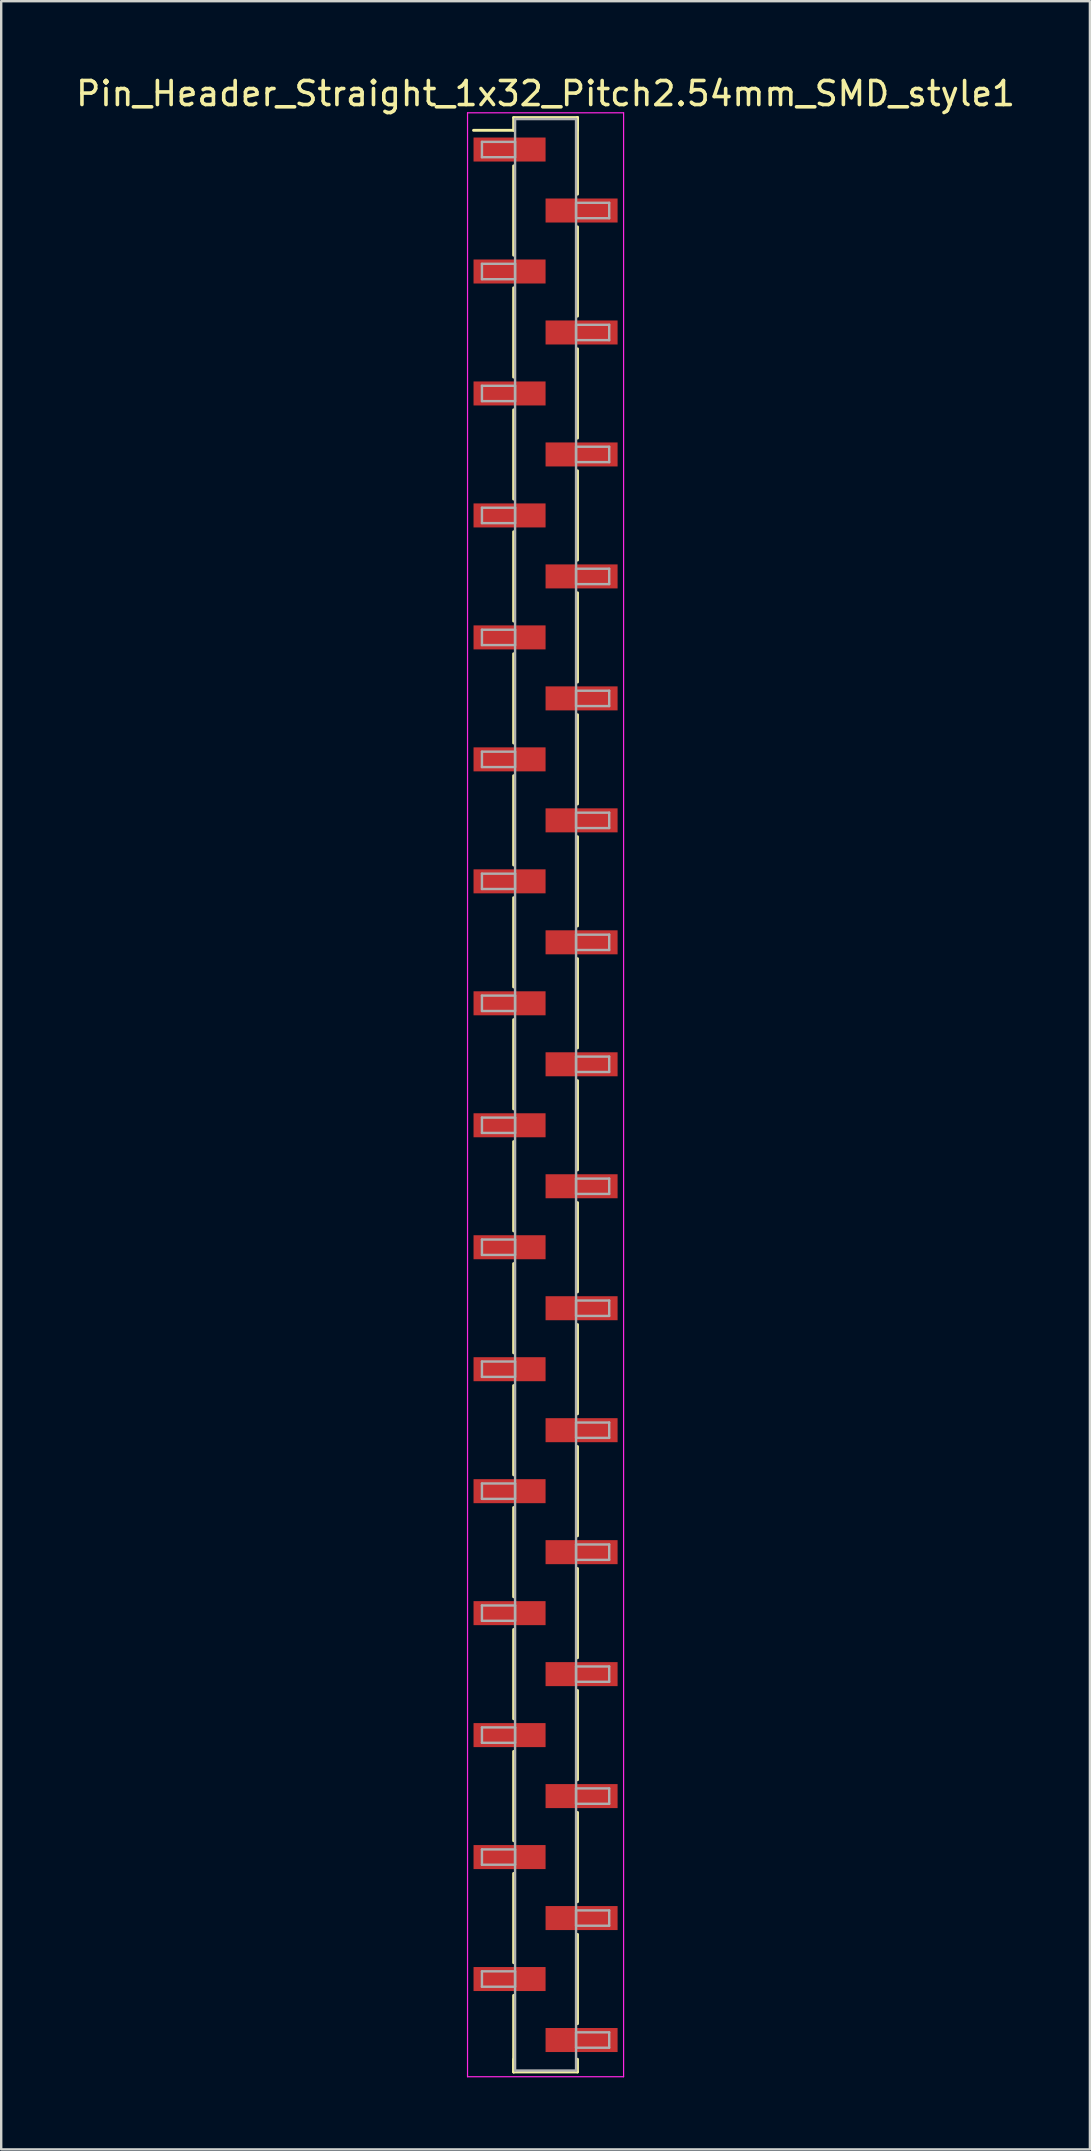
<source format=kicad_pcb>
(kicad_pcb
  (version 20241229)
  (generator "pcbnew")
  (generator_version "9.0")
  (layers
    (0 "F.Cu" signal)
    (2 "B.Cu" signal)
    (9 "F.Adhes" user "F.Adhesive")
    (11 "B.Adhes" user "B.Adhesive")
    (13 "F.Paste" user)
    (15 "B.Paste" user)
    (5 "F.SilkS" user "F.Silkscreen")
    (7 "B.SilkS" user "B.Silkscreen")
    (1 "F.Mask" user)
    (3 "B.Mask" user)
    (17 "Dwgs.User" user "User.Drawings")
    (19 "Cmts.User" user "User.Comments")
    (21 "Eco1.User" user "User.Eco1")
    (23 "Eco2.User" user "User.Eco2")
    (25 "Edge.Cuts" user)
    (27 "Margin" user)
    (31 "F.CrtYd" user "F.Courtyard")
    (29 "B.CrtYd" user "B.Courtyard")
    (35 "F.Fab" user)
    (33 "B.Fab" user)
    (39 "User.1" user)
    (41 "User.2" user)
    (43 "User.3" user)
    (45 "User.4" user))
  (footprint "Pin_Header_Straight_1x32_Pitch2.54mm_SMD_style1"
    (layer "F.Cu")
    (at 19.673 42.548)
    (property "Reference" "Pin_Header_Straight_1x32_Pitch2.54mm_SMD_style1" (at 0 -41.7 0) (layer "F.SilkS") (effects (font (size 1 1) (thickness 0.15))))
    (attr smd)
    (fp_line (start -1.33 -40.7) (end 1.33 -40.7) (stroke (width 0.12) (type solid)) (layer "F.SilkS"))
    (fp_line (start -1.33 -40.17) (end -3 -40.17) (stroke (width 0.12) (type solid)) (layer "F.SilkS"))
    (fp_line (start -1.33 -40.17) (end -1.33 -40.7) (stroke (width 0.12) (type solid)) (layer "F.SilkS"))
    (fp_line (start -1.33 -38.69) (end -1.33 -34.97) (stroke (width 0.12) (type solid)) (layer "F.SilkS"))
    (fp_line (start -1.33 -33.61) (end -1.33 -29.89) (stroke (width 0.12) (type solid)) (layer "F.SilkS"))
    (fp_line (start -1.33 -28.53) (end -1.33 -24.81) (stroke (width 0.12) (type solid)) (layer "F.SilkS"))
    (fp_line (start -1.33 -23.45) (end -1.33 -19.73) (stroke (width 0.12) (type solid)) (layer "F.SilkS"))
    (fp_line (start -1.33 -18.37) (end -1.33 -14.65) (stroke (width 0.12) (type solid)) (layer "F.SilkS"))
    (fp_line (start -1.33 -13.29) (end -1.33 -9.57) (stroke (width 0.12) (type solid)) (layer "F.SilkS"))
    (fp_line (start -1.33 -8.21) (end -1.33 -4.49) (stroke (width 0.12) (type solid)) (layer "F.SilkS"))
    (fp_line (start -1.33 -3.13) (end -1.33 0.59) (stroke (width 0.12) (type solid)) (layer "F.SilkS"))
    (fp_line (start -1.33 1.95) (end -1.33 5.67) (stroke (width 0.12) (type solid)) (layer "F.SilkS"))
    (fp_line (start -1.33 7.03) (end -1.33 10.75) (stroke (width 0.12) (type solid)) (layer "F.SilkS"))
    (fp_line (start -1.33 12.11) (end -1.33 15.83) (stroke (width 0.12) (type solid)) (layer "F.SilkS"))
    (fp_line (start -1.33 17.19) (end -1.33 20.91) (stroke (width 0.12) (type solid)) (layer "F.SilkS"))
    (fp_line (start -1.33 22.27) (end -1.33 25.99) (stroke (width 0.12) (type solid)) (layer "F.SilkS"))
    (fp_line (start -1.33 27.35) (end -1.33 31.07) (stroke (width 0.12) (type solid)) (layer "F.SilkS"))
    (fp_line (start -1.33 32.43) (end -1.33 36.15) (stroke (width 0.12) (type solid)) (layer "F.SilkS"))
    (fp_line (start -1.33 37.51) (end -1.33 40.7) (stroke (width 0.12) (type solid)) (layer "F.SilkS"))
    (fp_line (start -1.33 40.17) (end -1.33 40.7) (stroke (width 0.12) (type solid)) (layer "F.SilkS"))
    (fp_line (start -1.33 40.7) (end 1.33 40.7) (stroke (width 0.12) (type solid)) (layer "F.SilkS"))
    (fp_line (start 1.33 -40.7) (end 1.33 -40.17) (stroke (width 0.12) (type solid)) (layer "F.SilkS"))
    (fp_line (start 1.33 -40.7) (end 1.33 -37.51) (stroke (width 0.12) (type solid)) (layer "F.SilkS"))
    (fp_line (start 1.33 -36.15) (end 1.33 -32.43) (stroke (width 0.12) (type solid)) (layer "F.SilkS"))
    (fp_line (start 1.33 -31.07) (end 1.33 -27.35) (stroke (width 0.12) (type solid)) (layer "F.SilkS"))
    (fp_line (start 1.33 -25.99) (end 1.33 -22.27) (stroke (width 0.12) (type solid)) (layer "F.SilkS"))
    (fp_line (start 1.33 -20.91) (end 1.33 -17.19) (stroke (width 0.12) (type solid)) (layer "F.SilkS"))
    (fp_line (start 1.33 -15.83) (end 1.33 -12.11) (stroke (width 0.12) (type solid)) (layer "F.SilkS"))
    (fp_line (start 1.33 -10.75) (end 1.33 -7.03) (stroke (width 0.12) (type solid)) (layer "F.SilkS"))
    (fp_line (start 1.33 -5.67) (end 1.33 -1.95) (stroke (width 0.12) (type solid)) (layer "F.SilkS"))
    (fp_line (start 1.33 -0.59) (end 1.33 3.13) (stroke (width 0.12) (type solid)) (layer "F.SilkS"))
    (fp_line (start 1.33 4.49) (end 1.33 8.21) (stroke (width 0.12) (type solid)) (layer "F.SilkS"))
    (fp_line (start 1.33 9.57) (end 1.33 13.29) (stroke (width 0.12) (type solid)) (layer "F.SilkS"))
    (fp_line (start 1.33 14.65) (end 1.33 18.37) (stroke (width 0.12) (type solid)) (layer "F.SilkS"))
    (fp_line (start 1.33 19.73) (end 1.33 23.45) (stroke (width 0.12) (type solid)) (layer "F.SilkS"))
    (fp_line (start 1.33 24.81) (end 1.33 28.53) (stroke (width 0.12) (type solid)) (layer "F.SilkS"))
    (fp_line (start 1.33 29.89) (end 1.33 33.61) (stroke (width 0.12) (type solid)) (layer "F.SilkS"))
    (fp_line (start 1.33 34.97) (end 1.33 38.69) (stroke (width 0.12) (type solid)) (layer "F.SilkS"))
    (fp_line (start 1.33 40.7) (end 1.33 40.17) (stroke (width 0.12) (type solid)) (layer "F.SilkS"))
    (fp_line (start -3.25 -40.9) (end -3.25 40.9) (stroke (width 0.05) (type solid)) (layer "F.CrtYd"))
    (fp_line (start -3.25 40.9) (end 3.25 40.9) (stroke (width 0.05) (type solid)) (layer "F.CrtYd"))
    (fp_line (start 3.25 -40.9) (end -3.25 -40.9) (stroke (width 0.05) (type solid)) (layer "F.CrtYd"))
    (fp_line (start 3.25 40.9) (end 3.25 -40.9) (stroke (width 0.05) (type solid)) (layer "F.CrtYd"))
    (fp_line (start -2.65 -39.69) (end -1.27 -39.69) (stroke (width 0.1) (type solid)) (layer "F.Fab"))
    (fp_line (start -2.65 -39.05) (end -2.65 -39.69) (stroke (width 0.1) (type solid)) (layer "F.Fab"))
    (fp_line (start -2.65 -34.61) (end -1.27 -34.61) (stroke (width 0.1) (type solid)) (layer "F.Fab"))
    (fp_line (start -2.65 -33.97) (end -2.65 -34.61) (stroke (width 0.1) (type solid)) (layer "F.Fab"))
    (fp_line (start -2.65 -29.53) (end -1.27 -29.53) (stroke (width 0.1) (type solid)) (layer "F.Fab"))
    (fp_line (start -2.65 -28.89) (end -2.65 -29.53) (stroke (width 0.1) (type solid)) (layer "F.Fab"))
    (fp_line (start -2.65 -24.45) (end -1.27 -24.45) (stroke (width 0.1) (type solid)) (layer "F.Fab"))
    (fp_line (start -2.65 -23.81) (end -2.65 -24.45) (stroke (width 0.1) (type solid)) (layer "F.Fab"))
    (fp_line (start -2.65 -19.37) (end -1.27 -19.37) (stroke (width 0.1) (type solid)) (layer "F.Fab"))
    (fp_line (start -2.65 -18.73) (end -2.65 -19.37) (stroke (width 0.1) (type solid)) (layer "F.Fab"))
    (fp_line (start -2.65 -14.29) (end -1.27 -14.29) (stroke (width 0.1) (type solid)) (layer "F.Fab"))
    (fp_line (start -2.65 -13.65) (end -2.65 -14.29) (stroke (width 0.1) (type solid)) (layer "F.Fab"))
    (fp_line (start -2.65 -9.21) (end -1.27 -9.21) (stroke (width 0.1) (type solid)) (layer "F.Fab"))
    (fp_line (start -2.65 -8.57) (end -2.65 -9.21) (stroke (width 0.1) (type solid)) (layer "F.Fab"))
    (fp_line (start -2.65 -4.13) (end -1.27 -4.13) (stroke (width 0.1) (type solid)) (layer "F.Fab"))
    (fp_line (start -2.65 -3.49) (end -2.65 -4.13) (stroke (width 0.1) (type solid)) (layer "F.Fab"))
    (fp_line (start -2.65 0.95) (end -1.27 0.95) (stroke (width 0.1) (type solid)) (layer "F.Fab"))
    (fp_line (start -2.65 1.59) (end -2.65 0.95) (stroke (width 0.1) (type solid)) (layer "F.Fab"))
    (fp_line (start -2.65 6.03) (end -1.27 6.03) (stroke (width 0.1) (type solid)) (layer "F.Fab"))
    (fp_line (start -2.65 6.67) (end -2.65 6.03) (stroke (width 0.1) (type solid)) (layer "F.Fab"))
    (fp_line (start -2.65 11.11) (end -1.27 11.11) (stroke (width 0.1) (type solid)) (layer "F.Fab"))
    (fp_line (start -2.65 11.75) (end -2.65 11.11) (stroke (width 0.1) (type solid)) (layer "F.Fab"))
    (fp_line (start -2.65 16.19) (end -1.27 16.19) (stroke (width 0.1) (type solid)) (layer "F.Fab"))
    (fp_line (start -2.65 16.83) (end -2.65 16.19) (stroke (width 0.1) (type solid)) (layer "F.Fab"))
    (fp_line (start -2.65 21.27) (end -1.27 21.27) (stroke (width 0.1) (type solid)) (layer "F.Fab"))
    (fp_line (start -2.65 21.91) (end -2.65 21.27) (stroke (width 0.1) (type solid)) (layer "F.Fab"))
    (fp_line (start -2.65 26.35) (end -1.27 26.35) (stroke (width 0.1) (type solid)) (layer "F.Fab"))
    (fp_line (start -2.65 26.99) (end -2.65 26.35) (stroke (width 0.1) (type solid)) (layer "F.Fab"))
    (fp_line (start -2.65 31.43) (end -1.27 31.43) (stroke (width 0.1) (type solid)) (layer "F.Fab"))
    (fp_line (start -2.65 32.07) (end -2.65 31.43) (stroke (width 0.1) (type solid)) (layer "F.Fab"))
    (fp_line (start -2.65 36.51) (end -1.27 36.51) (stroke (width 0.1) (type solid)) (layer "F.Fab"))
    (fp_line (start -2.65 37.15) (end -2.65 36.51) (stroke (width 0.1) (type solid)) (layer "F.Fab"))
    (fp_line (start -1.27 -40.64) (end -1.27 40.64) (stroke (width 0.1) (type solid)) (layer "F.Fab"))
    (fp_line (start -1.27 -39.69) (end -1.27 -39.05) (stroke (width 0.1) (type solid)) (layer "F.Fab"))
    (fp_line (start -1.27 -39.05) (end -2.65 -39.05) (stroke (width 0.1) (type solid)) (layer "F.Fab"))
    (fp_line (start -1.27 -34.61) (end -1.27 -33.97) (stroke (width 0.1) (type solid)) (layer "F.Fab"))
    (fp_line (start -1.27 -33.97) (end -2.65 -33.97) (stroke (width 0.1) (type solid)) (layer "F.Fab"))
    (fp_line (start -1.27 -29.53) (end -1.27 -28.89) (stroke (width 0.1) (type solid)) (layer "F.Fab"))
    (fp_line (start -1.27 -28.89) (end -2.65 -28.89) (stroke (width 0.1) (type solid)) (layer "F.Fab"))
    (fp_line (start -1.27 -24.45) (end -1.27 -23.81) (stroke (width 0.1) (type solid)) (layer "F.Fab"))
    (fp_line (start -1.27 -23.81) (end -2.65 -23.81) (stroke (width 0.1) (type solid)) (layer "F.Fab"))
    (fp_line (start -1.27 -19.37) (end -1.27 -18.73) (stroke (width 0.1) (type solid)) (layer "F.Fab"))
    (fp_line (start -1.27 -18.73) (end -2.65 -18.73) (stroke (width 0.1) (type solid)) (layer "F.Fab"))
    (fp_line (start -1.27 -14.29) (end -1.27 -13.65) (stroke (width 0.1) (type solid)) (layer "F.Fab"))
    (fp_line (start -1.27 -13.65) (end -2.65 -13.65) (stroke (width 0.1) (type solid)) (layer "F.Fab"))
    (fp_line (start -1.27 -9.21) (end -1.27 -8.57) (stroke (width 0.1) (type solid)) (layer "F.Fab"))
    (fp_line (start -1.27 -8.57) (end -2.65 -8.57) (stroke (width 0.1) (type solid)) (layer "F.Fab"))
    (fp_line (start -1.27 -4.13) (end -1.27 -3.49) (stroke (width 0.1) (type solid)) (layer "F.Fab"))
    (fp_line (start -1.27 -3.49) (end -2.65 -3.49) (stroke (width 0.1) (type solid)) (layer "F.Fab"))
    (fp_line (start -1.27 0.95) (end -1.27 1.59) (stroke (width 0.1) (type solid)) (layer "F.Fab"))
    (fp_line (start -1.27 1.59) (end -2.65 1.59) (stroke (width 0.1) (type solid)) (layer "F.Fab"))
    (fp_line (start -1.27 6.03) (end -1.27 6.67) (stroke (width 0.1) (type solid)) (layer "F.Fab"))
    (fp_line (start -1.27 6.67) (end -2.65 6.67) (stroke (width 0.1) (type solid)) (layer "F.Fab"))
    (fp_line (start -1.27 11.11) (end -1.27 11.75) (stroke (width 0.1) (type solid)) (layer "F.Fab"))
    (fp_line (start -1.27 11.75) (end -2.65 11.75) (stroke (width 0.1) (type solid)) (layer "F.Fab"))
    (fp_line (start -1.27 16.19) (end -1.27 16.83) (stroke (width 0.1) (type solid)) (layer "F.Fab"))
    (fp_line (start -1.27 16.83) (end -2.65 16.83) (stroke (width 0.1) (type solid)) (layer "F.Fab"))
    (fp_line (start -1.27 21.27) (end -1.27 21.91) (stroke (width 0.1) (type solid)) (layer "F.Fab"))
    (fp_line (start -1.27 21.91) (end -2.65 21.91) (stroke (width 0.1) (type solid)) (layer "F.Fab"))
    (fp_line (start -1.27 26.35) (end -1.27 26.99) (stroke (width 0.1) (type solid)) (layer "F.Fab"))
    (fp_line (start -1.27 26.99) (end -2.65 26.99) (stroke (width 0.1) (type solid)) (layer "F.Fab"))
    (fp_line (start -1.27 31.43) (end -1.27 32.07) (stroke (width 0.1) (type solid)) (layer "F.Fab"))
    (fp_line (start -1.27 32.07) (end -2.65 32.07) (stroke (width 0.1) (type solid)) (layer "F.Fab"))
    (fp_line (start -1.27 36.51) (end -1.27 37.15) (stroke (width 0.1) (type solid)) (layer "F.Fab"))
    (fp_line (start -1.27 37.15) (end -2.65 37.15) (stroke (width 0.1) (type solid)) (layer "F.Fab"))
    (fp_line (start -1.27 40.64) (end 1.27 40.64) (stroke (width 0.1) (type solid)) (layer "F.Fab"))
    (fp_line (start 1.27 -40.64) (end -1.27 -40.64) (stroke (width 0.1) (type solid)) (layer "F.Fab"))
    (fp_line (start 1.27 -37.15) (end 1.27 -36.51) (stroke (width 0.1) (type solid)) (layer "F.Fab"))
    (fp_line (start 1.27 -36.51) (end 2.65 -36.51) (stroke (width 0.1) (type solid)) (layer "F.Fab"))
    (fp_line (start 1.27 -32.07) (end 1.27 -31.43) (stroke (width 0.1) (type solid)) (layer "F.Fab"))
    (fp_line (start 1.27 -31.43) (end 2.65 -31.43) (stroke (width 0.1) (type solid)) (layer "F.Fab"))
    (fp_line (start 1.27 -26.99) (end 1.27 -26.35) (stroke (width 0.1) (type solid)) (layer "F.Fab"))
    (fp_line (start 1.27 -26.35) (end 2.65 -26.35) (stroke (width 0.1) (type solid)) (layer "F.Fab"))
    (fp_line (start 1.27 -21.91) (end 1.27 -21.27) (stroke (width 0.1) (type solid)) (layer "F.Fab"))
    (fp_line (start 1.27 -21.27) (end 2.65 -21.27) (stroke (width 0.1) (type solid)) (layer "F.Fab"))
    (fp_line (start 1.27 -16.83) (end 1.27 -16.19) (stroke (width 0.1) (type solid)) (layer "F.Fab"))
    (fp_line (start 1.27 -16.19) (end 2.65 -16.19) (stroke (width 0.1) (type solid)) (layer "F.Fab"))
    (fp_line (start 1.27 -11.75) (end 1.27 -11.11) (stroke (width 0.1) (type solid)) (layer "F.Fab"))
    (fp_line (start 1.27 -11.11) (end 2.65 -11.11) (stroke (width 0.1) (type solid)) (layer "F.Fab"))
    (fp_line (start 1.27 -6.67) (end 1.27 -6.03) (stroke (width 0.1) (type solid)) (layer "F.Fab"))
    (fp_line (start 1.27 -6.03) (end 2.65 -6.03) (stroke (width 0.1) (type solid)) (layer "F.Fab"))
    (fp_line (start 1.27 -1.59) (end 1.27 -0.95) (stroke (width 0.1) (type solid)) (layer "F.Fab"))
    (fp_line (start 1.27 -0.95) (end 2.65 -0.95) (stroke (width 0.1) (type solid)) (layer "F.Fab"))
    (fp_line (start 1.27 3.49) (end 1.27 4.13) (stroke (width 0.1) (type solid)) (layer "F.Fab"))
    (fp_line (start 1.27 4.13) (end 2.65 4.13) (stroke (width 0.1) (type solid)) (layer "F.Fab"))
    (fp_line (start 1.27 8.57) (end 1.27 9.21) (stroke (width 0.1) (type solid)) (layer "F.Fab"))
    (fp_line (start 1.27 9.21) (end 2.65 9.21) (stroke (width 0.1) (type solid)) (layer "F.Fab"))
    (fp_line (start 1.27 13.65) (end 1.27 14.29) (stroke (width 0.1) (type solid)) (layer "F.Fab"))
    (fp_line (start 1.27 14.29) (end 2.65 14.29) (stroke (width 0.1) (type solid)) (layer "F.Fab"))
    (fp_line (start 1.27 18.73) (end 1.27 19.37) (stroke (width 0.1) (type solid)) (layer "F.Fab"))
    (fp_line (start 1.27 19.37) (end 2.65 19.37) (stroke (width 0.1) (type solid)) (layer "F.Fab"))
    (fp_line (start 1.27 23.81) (end 1.27 24.45) (stroke (width 0.1) (type solid)) (layer "F.Fab"))
    (fp_line (start 1.27 24.45) (end 2.65 24.45) (stroke (width 0.1) (type solid)) (layer "F.Fab"))
    (fp_line (start 1.27 28.89) (end 1.27 29.53) (stroke (width 0.1) (type solid)) (layer "F.Fab"))
    (fp_line (start 1.27 29.53) (end 2.65 29.53) (stroke (width 0.1) (type solid)) (layer "F.Fab"))
    (fp_line (start 1.27 33.97) (end 1.27 34.61) (stroke (width 0.1) (type solid)) (layer "F.Fab"))
    (fp_line (start 1.27 34.61) (end 2.65 34.61) (stroke (width 0.1) (type solid)) (layer "F.Fab"))
    (fp_line (start 1.27 39.05) (end 1.27 39.69) (stroke (width 0.1) (type solid)) (layer "F.Fab"))
    (fp_line (start 1.27 39.69) (end 2.65 39.69) (stroke (width 0.1) (type solid)) (layer "F.Fab"))
    (fp_line (start 1.27 40.64) (end 1.27 -40.64) (stroke (width 0.1) (type solid)) (layer "F.Fab"))
    (fp_line (start 2.65 -37.15) (end 1.27 -37.15) (stroke (width 0.1) (type solid)) (layer "F.Fab"))
    (fp_line (start 2.65 -36.51) (end 2.65 -37.15) (stroke (width 0.1) (type solid)) (layer "F.Fab"))
    (fp_line (start 2.65 -32.07) (end 1.27 -32.07) (stroke (width 0.1) (type solid)) (layer "F.Fab"))
    (fp_line (start 2.65 -31.43) (end 2.65 -32.07) (stroke (width 0.1) (type solid)) (layer "F.Fab"))
    (fp_line (start 2.65 -26.99) (end 1.27 -26.99) (stroke (width 0.1) (type solid)) (layer "F.Fab"))
    (fp_line (start 2.65 -26.35) (end 2.65 -26.99) (stroke (width 0.1) (type solid)) (layer "F.Fab"))
    (fp_line (start 2.65 -21.91) (end 1.27 -21.91) (stroke (width 0.1) (type solid)) (layer "F.Fab"))
    (fp_line (start 2.65 -21.27) (end 2.65 -21.91) (stroke (width 0.1) (type solid)) (layer "F.Fab"))
    (fp_line (start 2.65 -16.83) (end 1.27 -16.83) (stroke (width 0.1) (type solid)) (layer "F.Fab"))
    (fp_line (start 2.65 -16.19) (end 2.65 -16.83) (stroke (width 0.1) (type solid)) (layer "F.Fab"))
    (fp_line (start 2.65 -11.75) (end 1.27 -11.75) (stroke (width 0.1) (type solid)) (layer "F.Fab"))
    (fp_line (start 2.65 -11.11) (end 2.65 -11.75) (stroke (width 0.1) (type solid)) (layer "F.Fab"))
    (fp_line (start 2.65 -6.67) (end 1.27 -6.67) (stroke (width 0.1) (type solid)) (layer "F.Fab"))
    (fp_line (start 2.65 -6.03) (end 2.65 -6.67) (stroke (width 0.1) (type solid)) (layer "F.Fab"))
    (fp_line (start 2.65 -1.59) (end 1.27 -1.59) (stroke (width 0.1) (type solid)) (layer "F.Fab"))
    (fp_line (start 2.65 -0.95) (end 2.65 -1.59) (stroke (width 0.1) (type solid)) (layer "F.Fab"))
    (fp_line (start 2.65 3.49) (end 1.27 3.49) (stroke (width 0.1) (type solid)) (layer "F.Fab"))
    (fp_line (start 2.65 4.13) (end 2.65 3.49) (stroke (width 0.1) (type solid)) (layer "F.Fab"))
    (fp_line (start 2.65 8.57) (end 1.27 8.57) (stroke (width 0.1) (type solid)) (layer "F.Fab"))
    (fp_line (start 2.65 9.21) (end 2.65 8.57) (stroke (width 0.1) (type solid)) (layer "F.Fab"))
    (fp_line (start 2.65 13.65) (end 1.27 13.65) (stroke (width 0.1) (type solid)) (layer "F.Fab"))
    (fp_line (start 2.65 14.29) (end 2.65 13.65) (stroke (width 0.1) (type solid)) (layer "F.Fab"))
    (fp_line (start 2.65 18.73) (end 1.27 18.73) (stroke (width 0.1) (type solid)) (layer "F.Fab"))
    (fp_line (start 2.65 19.37) (end 2.65 18.73) (stroke (width 0.1) (type solid)) (layer "F.Fab"))
    (fp_line (start 2.65 23.81) (end 1.27 23.81) (stroke (width 0.1) (type solid)) (layer "F.Fab"))
    (fp_line (start 2.65 24.45) (end 2.65 23.81) (stroke (width 0.1) (type solid)) (layer "F.Fab"))
    (fp_line (start 2.65 28.89) (end 1.27 28.89) (stroke (width 0.1) (type solid)) (layer "F.Fab"))
    (fp_line (start 2.65 29.53) (end 2.65 28.89) (stroke (width 0.1) (type solid)) (layer "F.Fab"))
    (fp_line (start 2.65 33.97) (end 1.27 33.97) (stroke (width 0.1) (type solid)) (layer "F.Fab"))
    (fp_line (start 2.65 34.61) (end 2.65 33.97) (stroke (width 0.1) (type solid)) (layer "F.Fab"))
    (fp_line (start 2.65 39.05) (end 1.27 39.05) (stroke (width 0.1) (type solid)) (layer "F.Fab"))
    (fp_line (start 2.65 39.69) (end 2.65 39.05) (stroke (width 0.1) (type solid)) (layer "F.Fab"))
    (pad "1" smd rect (at -1.5 -39.37) (size 3 1) (layers "F.Cu" "F.Mask"))
    (pad "2" smd rect (at 1.5 -36.83) (size 3 1) (layers "F.Cu" "F.Mask"))
    (pad "3" smd rect (at -1.5 -34.29) (size 3 1) (layers "F.Cu" "F.Mask"))
    (pad "4" smd rect (at 1.5 -31.75) (size 3 1) (layers "F.Cu" "F.Mask"))
    (pad "5" smd rect (at -1.5 -29.21) (size 3 1) (layers "F.Cu" "F.Mask"))
    (pad "6" smd rect (at 1.5 -26.67) (size 3 1) (layers "F.Cu" "F.Mask"))
    (pad "7" smd rect (at -1.5 -24.13) (size 3 1) (layers "F.Cu" "F.Mask"))
    (pad "8" smd rect (at 1.5 -21.59) (size 3 1) (layers "F.Cu" "F.Mask"))
    (pad "9" smd rect (at -1.5 -19.05) (size 3 1) (layers "F.Cu" "F.Mask"))
    (pad "10" smd rect (at 1.5 -16.51) (size 3 1) (layers "F.Cu" "F.Mask"))
    (pad "11" smd rect (at -1.5 -13.97) (size 3 1) (layers "F.Cu" "F.Mask"))
    (pad "12" smd rect (at 1.5 -11.43) (size 3 1) (layers "F.Cu" "F.Mask"))
    (pad "13" smd rect (at -1.5 -8.89) (size 3 1) (layers "F.Cu" "F.Mask"))
    (pad "14" smd rect (at 1.5 -6.35) (size 3 1) (layers "F.Cu" "F.Mask"))
    (pad "15" smd rect (at -1.5 -3.81) (size 3 1) (layers "F.Cu" "F.Mask"))
    (pad "16" smd rect (at 1.5 -1.27) (size 3 1) (layers "F.Cu" "F.Mask"))
    (pad "17" smd rect (at -1.5 1.27) (size 3 1) (layers "F.Cu" "F.Mask"))
    (pad "18" smd rect (at 1.5 3.81) (size 3 1) (layers "F.Cu" "F.Mask"))
    (pad "19" smd rect (at -1.5 6.35) (size 3 1) (layers "F.Cu" "F.Mask"))
    (pad "20" smd rect (at 1.5 8.89) (size 3 1) (layers "F.Cu" "F.Mask"))
    (pad "21" smd rect (at -1.5 11.43) (size 3 1) (layers "F.Cu" "F.Mask"))
    (pad "22" smd rect (at 1.5 13.97) (size 3 1) (layers "F.Cu" "F.Mask"))
    (pad "23" smd rect (at -1.5 16.51) (size 3 1) (layers "F.Cu" "F.Mask"))
    (pad "24" smd rect (at 1.5 19.05) (size 3 1) (layers "F.Cu" "F.Mask"))
    (pad "25" smd rect (at -1.5 21.59) (size 3 1) (layers "F.Cu" "F.Mask"))
    (pad "26" smd rect (at 1.5 24.13) (size 3 1) (layers "F.Cu" "F.Mask"))
    (pad "27" smd rect (at -1.5 26.67) (size 3 1) (layers "F.Cu" "F.Mask"))
    (pad "28" smd rect (at 1.5 29.21) (size 3 1) (layers "F.Cu" "F.Mask"))
    (pad "29" smd rect (at -1.5 31.75) (size 3 1) (layers "F.Cu" "F.Mask"))
    (pad "30" smd rect (at 1.5 34.29) (size 3 1) (layers "F.Cu" "F.Mask"))
    (pad "31" smd rect (at -1.5 36.83) (size 3 1) (layers "F.Cu" "F.Mask"))
    (pad "32" smd rect (at 1.5 39.37) (size 3 1) (layers "F.Cu" "F.Mask")))
  (gr_rect
    (start -3 -3)
    (end 42.345 86.473)
    (stroke (width 0.1) (type default))
    (fill no)
    (layer "Edge.Cuts")))
</source>
